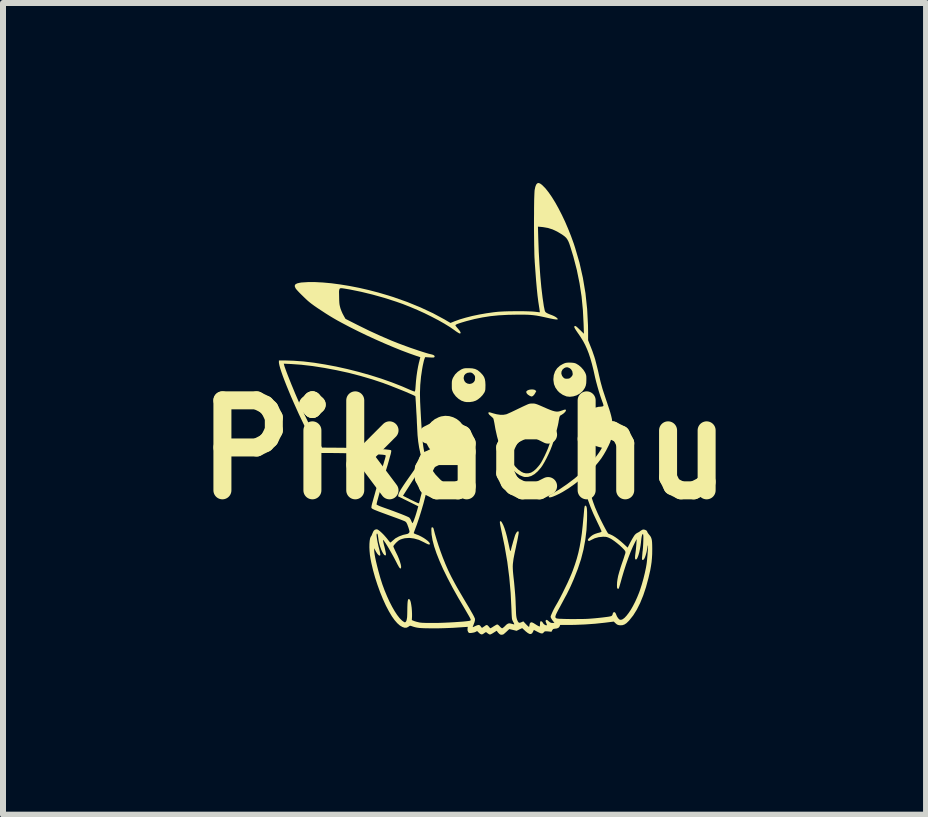
<source format=kicad_pcb>
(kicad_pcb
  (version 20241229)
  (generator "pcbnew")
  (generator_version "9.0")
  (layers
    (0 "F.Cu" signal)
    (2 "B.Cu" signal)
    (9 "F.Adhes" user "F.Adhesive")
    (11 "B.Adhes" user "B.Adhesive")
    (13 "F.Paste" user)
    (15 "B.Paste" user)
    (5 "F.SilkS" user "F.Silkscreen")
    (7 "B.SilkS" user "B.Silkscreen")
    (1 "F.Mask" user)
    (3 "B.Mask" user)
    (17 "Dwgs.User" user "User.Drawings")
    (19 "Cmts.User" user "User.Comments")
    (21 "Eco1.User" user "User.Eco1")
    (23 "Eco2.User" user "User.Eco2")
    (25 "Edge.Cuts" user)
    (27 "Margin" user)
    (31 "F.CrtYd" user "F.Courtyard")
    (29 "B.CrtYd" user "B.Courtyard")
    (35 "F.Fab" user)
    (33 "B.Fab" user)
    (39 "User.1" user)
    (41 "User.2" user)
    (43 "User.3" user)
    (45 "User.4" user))
  (footprint "Pikachu"
    (layer "F.Cu")
    (at 4.693 4.445)
    (property "Reference" "Pikachu" (at 0 0 0) (layer "F.SilkS") (effects (font (size 1.5 1.5) (thickness 0.3))))
    (attr board_only exclude_from_pos_files exclude_from_bom)
    (fp_poly (pts (xy 1.169 -0.997) (xy 1.178 -0.991) (xy 1.196 -0.977) (xy 1.179 -0.944) (xy 1.162 -0.917) (xy 1.142 -0.896) (xy 1.123 -0.886) (xy 1.118 -0.886) (xy 1.106 -0.889) (xy 1.087 -0.897) (xy 1.083 -0.9) (xy 1.056 -0.917) (xy 1.037 -0.938) (xy 1.029 -0.958) (xy 1.031 -0.972) (xy 1.049 -0.987) (xy 1.076 -0.998) (xy 1.109 -1.003) (xy 1.142 -1.003)) (stroke (width 0) (type solid)) (fill yes) (layer "F.SilkS"))
    (fp_poly (pts (xy -0.254 -0.559) (xy -0.189 -0.54) (xy -0.128 -0.509) (xy -0.074 -0.465) (xy -0.028 -0.409) (xy -0.004 -0.367) (xy 0.006 -0.346) (xy 0.013 -0.328) (xy 0.017 -0.308) (xy 0.019 -0.283) (xy 0.02 -0.247) (xy 0.02 -0.224) (xy 0.02 -0.182) (xy 0.018 -0.152) (xy 0.015 -0.129) (xy 0.01 -0.11) (xy 0.002 -0.09) (xy -0.001 -0.082) (xy -0.026 -0.041) (xy -0.059 0.001) (xy -0.096 0.038) (xy -0.13 0.065) (xy -0.184 0.092) (xy -0.246 0.109) (xy -0.311 0.116) (xy -0.374 0.112) (xy -0.421 0.101) (xy -0.464 0.084) (xy -0.496 0.067) (xy -0.525 0.045) (xy -0.552 0.02) (xy -0.594 -0.031) (xy -0.626 -0.091) (xy -0.647 -0.155) (xy -0.655 -0.219) (xy -0.652 -0.271) (xy -0.632 -0.343) (xy -0.598 -0.407) (xy -0.552 -0.463) (xy -0.495 -0.508) (xy -0.429 -0.541) (xy -0.39 -0.554) (xy -0.322 -0.564)) (stroke (width 0) (type solid)) (fill yes) (layer "F.SilkS"))
    (fp_poly (pts (xy 1.796 -1.449) (xy 1.827 -1.445) (xy 1.853 -1.437) (xy 1.862 -1.433) (xy 1.903 -1.408) (xy 1.944 -1.373) (xy 1.981 -1.331) (xy 2.008 -1.289) (xy 2.008 -1.289) (xy 2.019 -1.265) (xy 2.026 -1.245) (xy 2.03 -1.223) (xy 2.031 -1.193) (xy 2.031 -1.162) (xy 2.029 -1.109) (xy 2.021 -1.067) (xy 2.006 -1.03) (xy 1.982 -0.994) (xy 1.963 -0.97) (xy 1.921 -0.934) (xy 1.869 -0.905) (xy 1.813 -0.888) (xy 1.756 -0.881) (xy 1.702 -0.887) (xy 1.699 -0.888) (xy 1.638 -0.913) (xy 1.582 -0.952) (xy 1.552 -0.982) (xy 1.515 -1.034) (xy 1.491 -1.092) (xy 1.482 -1.156) (xy 1.481 -1.174) (xy 1.488 -1.243) (xy 1.496 -1.265) (xy 1.614 -1.265) (xy 1.626 -1.23) (xy 1.643 -1.207) (xy 1.659 -1.192) (xy 1.676 -1.184) (xy 1.7 -1.182) (xy 1.707 -1.182) (xy 1.734 -1.184) (xy 1.753 -1.19) (xy 1.77 -1.204) (xy 1.776 -1.209) (xy 1.795 -1.232) (xy 1.803 -1.253) (xy 1.803 -1.266) (xy 1.796 -1.307) (xy 1.775 -1.34) (xy 1.753 -1.358) (xy 1.721 -1.372) (xy 1.691 -1.372) (xy 1.661 -1.359) (xy 1.632 -1.333) (xy 1.616 -1.3) (xy 1.614 -1.265) (xy 1.496 -1.265) (xy 1.509 -1.304) (xy 1.543 -1.356) (xy 1.59 -1.399) (xy 1.633 -1.424) (xy 1.662 -1.438) (xy 1.686 -1.446) (xy 1.712 -1.45) (xy 1.745 -1.451) (xy 1.755 -1.451)) (stroke (width 0) (type solid)) (fill yes) (layer "F.SilkS"))
    (fp_poly (pts (xy 0.128 -1.355) (xy 0.175 -1.345) (xy 0.216 -1.326) (xy 0.255 -1.295) (xy 0.272 -1.279) (xy 0.304 -1.244) (xy 0.326 -1.21) (xy 0.339 -1.175) (xy 0.346 -1.133) (xy 0.349 -1.081) (xy 0.349 -1.074) (xy 0.348 -1.033) (xy 0.347 -1.004) (xy 0.343 -0.983) (xy 0.337 -0.965) (xy 0.33 -0.951) (xy 0.302 -0.91) (xy 0.265 -0.871) (xy 0.223 -0.837) (xy 0.189 -0.817) (xy 0.142 -0.801) (xy 0.088 -0.793) (xy 0.034 -0.793) (xy 0.001 -0.798) (xy -0.051 -0.816) (xy -0.101 -0.848) (xy -0.146 -0.889) (xy -0.183 -0.939) (xy -0.19 -0.952) (xy -0.2 -0.973) (xy -0.207 -0.993) (xy -0.211 -1.015) (xy -0.212 -1.045) (xy -0.212 -1.074) (xy -0.212 -1.113) (xy -0.21 -1.142) (xy -0.205 -1.165) (xy -0.197 -1.187) (xy -0.191 -1.199) (xy -0.014 -1.199) (xy -0.013 -1.179) (xy -0.001 -1.143) (xy 0.022 -1.116) (xy 0.053 -1.1) (xy 0.088 -1.095) (xy 0.124 -1.104) (xy 0.128 -1.106) (xy 0.156 -1.127) (xy 0.172 -1.155) (xy 0.176 -1.193) (xy 0.175 -1.219) (xy 0.167 -1.238) (xy 0.15 -1.258) (xy 0.149 -1.259) (xy 0.128 -1.277) (xy 0.108 -1.285) (xy 0.089 -1.286) (xy 0.047 -1.28) (xy 0.015 -1.262) (xy -0.006 -1.235) (xy -0.014 -1.199) (xy -0.191 -1.199) (xy -0.191 -1.2) (xy -0.158 -1.253) (xy -0.113 -1.298) (xy -0.059 -1.334) (xy -0.054 -1.337) (xy -0.031 -1.347) (xy -0.009 -1.354) (xy 0.015 -1.357) (xy 0.047 -1.358) (xy 0.07 -1.358)) (stroke (width 0) (type solid)) (fill yes) (layer "F.SilkS"))
    (fp_poly (pts (xy 1.15 -0.769) (xy 1.169 -0.767) (xy 1.189 -0.762) (xy 1.213 -0.754) (xy 1.245 -0.741) (xy 1.287 -0.723) (xy 1.314 -0.711) (xy 1.378 -0.683) (xy 1.429 -0.662) (xy 1.471 -0.647) (xy 1.506 -0.638) (xy 1.536 -0.634) (xy 1.563 -0.635) (xy 1.59 -0.641) (xy 1.62 -0.651) (xy 1.629 -0.654) (xy 1.66 -0.665) (xy 1.68 -0.668) (xy 1.689 -0.664) (xy 1.691 -0.655) (xy 1.685 -0.639) (xy 1.668 -0.619) (xy 1.646 -0.599) (xy 1.62 -0.582) (xy 1.614 -0.578) (xy 1.602 -0.572) (xy 1.593 -0.565) (xy 1.587 -0.554) (xy 1.581 -0.537) (xy 1.576 -0.511) (xy 1.569 -0.473) (xy 1.567 -0.458) (xy 1.557 -0.407) (xy 1.542 -0.346) (xy 1.525 -0.278) (xy 1.505 -0.208) (xy 1.484 -0.14) (xy 1.463 -0.077) (xy 1.455 -0.056) (xy 1.429 0.011) (xy 1.398 0.079) (xy 1.365 0.147) (xy 1.331 0.21) (xy 1.299 0.264) (xy 1.274 0.3) (xy 1.221 0.361) (xy 1.167 0.408) (xy 1.113 0.439) (xy 1.058 0.455) (xy 1.003 0.456) (xy 0.977 0.45) (xy 0.919 0.426) (xy 0.861 0.387) (xy 0.805 0.333) (xy 0.752 0.267) (xy 0.702 0.189) (xy 0.655 0.101) (xy 0.612 0.002) (xy 0.574 -0.106) (xy 0.565 -0.138) (xy 0.634 -0.138) (xy 0.663 -0.057) (xy 0.702 0.044) (xy 0.745 0.134) (xy 0.792 0.212) (xy 0.843 0.279) (xy 0.895 0.332) (xy 0.949 0.37) (xy 0.982 0.386) (xy 1.022 0.395) (xy 1.067 0.394) (xy 1.108 0.383) (xy 1.112 0.381) (xy 1.15 0.358) (xy 1.192 0.322) (xy 1.232 0.277) (xy 1.255 0.248) (xy 1.28 0.21) (xy 1.307 0.16) (xy 1.336 0.103) (xy 1.364 0.042) (xy 1.39 -0.018) (xy 1.406 -0.062) (xy 1.434 -0.14) (xy 1.374 -0.19) (xy 1.292 -0.253) (xy 1.211 -0.299) (xy 1.132 -0.33) (xy 1.055 -0.345) (xy 0.978 -0.344) (xy 0.903 -0.327) (xy 0.828 -0.294) (xy 0.753 -0.245) (xy 0.678 -0.181) (xy 0.676 -0.178) (xy 0.634 -0.138) (xy 0.565 -0.138) (xy 0.542 -0.221) (xy 0.515 -0.343) (xy 0.505 -0.401) (xy 0.498 -0.441) (xy 0.491 -0.476) (xy 0.485 -0.502) (xy 0.481 -0.517) (xy 0.481 -0.518) (xy 0.47 -0.531) (xy 0.452 -0.548) (xy 0.441 -0.557) (xy 0.413 -0.582) (xy 0.399 -0.602) (xy 0.399 -0.618) (xy 0.4 -0.62) (xy 0.407 -0.623) (xy 0.424 -0.621) (xy 0.452 -0.613) (xy 0.477 -0.605) (xy 0.535 -0.59) (xy 0.594 -0.581) (xy 0.649 -0.581) (xy 0.695 -0.589) (xy 0.698 -0.59) (xy 0.713 -0.596) (xy 0.74 -0.608) (xy 0.776 -0.624) (xy 0.82 -0.645) (xy 0.868 -0.668) (xy 0.901 -0.684) (xy 0.957 -0.711) (xy 1 -0.731) (xy 1.033 -0.746) (xy 1.058 -0.757) (xy 1.078 -0.764) (xy 1.095 -0.767) (xy 1.11 -0.769) (xy 1.127 -0.769) (xy 1.13 -0.769)) (stroke (width 0) (type solid)) (fill yes) (layer "F.SilkS"))
    (fp_poly (pts (xy 1.258 -4.437) (xy 1.289 -4.415) (xy 1.301 -4.404) (xy 1.351 -4.353) (xy 1.403 -4.287) (xy 1.457 -4.209) (xy 1.512 -4.12) (xy 1.567 -4.021) (xy 1.622 -3.914) (xy 1.676 -3.8) (xy 1.727 -3.681) (xy 1.776 -3.558) (xy 1.821 -3.434) (xy 1.843 -3.366) (xy 1.916 -3.117) (xy 1.973 -2.864) (xy 2.016 -2.607) (xy 2.044 -2.344) (xy 2.058 -2.075) (xy 2.06 -1.949) (xy 2.06 -1.823) (xy 2.112 -1.693) (xy 2.131 -1.644) (xy 2.147 -1.597) (xy 2.163 -1.551) (xy 2.178 -1.502) (xy 2.192 -1.447) (xy 2.208 -1.385) (xy 2.226 -1.312) (xy 2.244 -1.231) (xy 2.256 -1.181) (xy 2.266 -1.137) (xy 2.277 -1.096) (xy 2.288 -1.056) (xy 2.3 -1.013) (xy 2.315 -0.966) (xy 2.333 -0.912) (xy 2.354 -0.848) (xy 2.38 -0.772) (xy 2.383 -0.761) (xy 2.409 -0.685) (xy 2.429 -0.621) (xy 2.444 -0.566) (xy 2.455 -0.518) (xy 2.462 -0.474) (xy 2.466 -0.431) (xy 2.467 -0.388) (xy 2.466 -0.34) (xy 2.466 -0.337) (xy 2.462 -0.272) (xy 2.455 -0.219) (xy 2.443 -0.171) (xy 2.427 -0.123) (xy 2.403 -0.07) (xy 2.4 -0.064) (xy 2.361 0.013) (xy 2.321 0.082) (xy 2.279 0.147) (xy 2.23 0.211) (xy 2.173 0.279) (xy 2.143 0.312) (xy 2.116 0.343) (xy 2.091 0.372) (xy 2.073 0.394) (xy 2.063 0.408) (xy 2.062 0.409) (xy 2.058 0.422) (xy 2.058 0.445) (xy 2.06 0.478) (xy 2.064 0.523) (xy 2.077 0.613) (xy 2.094 0.7) (xy 2.115 0.785) (xy 2.143 0.872) (xy 2.176 0.962) (xy 2.218 1.059) (xy 2.267 1.163) (xy 2.311 1.25) (xy 2.334 1.294) (xy 2.355 1.333) (xy 2.373 1.365) (xy 2.387 1.388) (xy 2.396 1.399) (xy 2.397 1.4) (xy 2.412 1.406) (xy 2.434 1.415) (xy 2.436 1.416) (xy 2.47 1.432) (xy 2.512 1.458) (xy 2.558 1.491) (xy 2.606 1.53) (xy 2.648 1.567) (xy 2.719 1.633) (xy 2.764 1.545) (xy 2.793 1.492) (xy 2.817 1.452) (xy 2.837 1.422) (xy 2.857 1.402) (xy 2.877 1.389) (xy 2.885 1.385) (xy 2.911 1.371) (xy 2.935 1.353) (xy 2.936 1.352) (xy 2.964 1.335) (xy 2.985 1.331) (xy 3.009 1.336) (xy 3.031 1.347) (xy 3.044 1.362) (xy 3.046 1.37) (xy 3.051 1.381) (xy 3.063 1.399) (xy 3.074 1.413) (xy 3.092 1.435) (xy 3.106 1.456) (xy 3.115 1.479) (xy 3.122 1.506) (xy 3.126 1.541) (xy 3.128 1.584) (xy 3.129 1.64) (xy 3.129 1.667) (xy 3.128 1.741) (xy 3.124 1.809) (xy 3.118 1.875) (xy 3.108 1.942) (xy 3.095 2.015) (xy 3.076 2.097) (xy 3.066 2.14) (xy 3.025 2.292) (xy 2.979 2.43) (xy 2.928 2.555) (xy 2.872 2.667) (xy 2.812 2.763) (xy 2.747 2.845) (xy 2.737 2.856) (xy 2.7 2.892) (xy 2.665 2.915) (xy 2.631 2.926) (xy 2.593 2.928) (xy 2.591 2.928) (xy 2.562 2.923) (xy 2.541 2.914) (xy 2.519 2.896) (xy 2.518 2.895) (xy 2.488 2.866) (xy 2.336 2.885) (xy 2.176 2.902) (xy 2.007 2.914) (xy 1.834 2.921) (xy 1.741 2.922) (xy 1.594 2.922) (xy 1.586 2.945) (xy 1.571 2.966) (xy 1.542 2.98) (xy 1.504 2.985) (xy 1.497 2.986) (xy 1.478 2.99) (xy 1.464 3.007) (xy 1.462 3.011) (xy 1.449 3.036) (xy 1.393 3.03) (xy 1.364 3.028) (xy 1.346 3.028) (xy 1.334 3.032) (xy 1.325 3.041) (xy 1.321 3.045) (xy 1.308 3.059) (xy 1.292 3.064) (xy 1.27 3.061) (xy 1.241 3.049) (xy 1.213 3.035) (xy 1.156 3.005) (xy 1.141 3.037) (xy 1.126 3.062) (xy 1.106 3.073) (xy 1.083 3.072) (xy 1.054 3.056) (xy 1.018 3.028) (xy 1.01 3.02) (xy 0.961 2.975) (xy 0.914 2.997) (xy 0.868 3.02) (xy 0.807 3.005) (xy 0.746 2.991) (xy 0.698 3.036) (xy 0.675 3.057) (xy 0.656 3.073) (xy 0.644 3.081) (xy 0.642 3.082) (xy 0.628 3.084) (xy 0.624 3.085) (xy 0.608 3.085) (xy 0.596 3.082) (xy 0.58 3.071) (xy 0.562 3.053) (xy 0.557 3.047) (xy 0.536 3.019) (xy 0.487 3.05) (xy 0.461 3.066) (xy 0.439 3.077) (xy 0.425 3.082) (xy 0.424 3.082) (xy 0.409 3.077) (xy 0.39 3.065) (xy 0.386 3.062) (xy 0.37 3.049) (xy 0.358 3.042) (xy 0.357 3.042) (xy 0.348 3.046) (xy 0.331 3.057) (xy 0.325 3.062) (xy 0.301 3.077) (xy 0.28 3.08) (xy 0.259 3.07) (xy 0.24 3.053) (xy 0.21 3.024) (xy 0.184 3.038) (xy 0.161 3.047) (xy 0.13 3.053) (xy 0.116 3.055) (xy 0.091 3.057) (xy 0.076 3.055) (xy 0.066 3.047) (xy 0.06 3.039) (xy 0.05 3.013) (xy 0.05 2.985) (xy 0.053 2.966) (xy 0.053 2.954) (xy 0.053 2.954) (xy 0.045 2.954) (xy 0.023 2.956) (xy -0.011 2.958) (xy -0.053 2.961) (xy -0.102 2.964) (xy -0.129 2.966) (xy -0.191 2.97) (xy -0.264 2.973) (xy -0.342 2.976) (xy -0.421 2.978) (xy -0.495 2.979) (xy -0.521 2.979) (xy -0.597 2.978) (xy -0.66 2.977) (xy -0.711 2.975) (xy -0.754 2.972) (xy -0.791 2.967) (xy -0.823 2.96) (xy -0.855 2.951) (xy -0.878 2.943) (xy -0.899 2.936) (xy -0.913 2.937) (xy -0.926 2.945) (xy -0.933 2.951) (xy -0.963 2.967) (xy -0.998 2.969) (xy -1.036 2.956) (xy -1.078 2.931) (xy -1.122 2.892) (xy -1.167 2.84) (xy -1.211 2.778) (xy -1.261 2.694) (xy -1.312 2.597) (xy -1.361 2.489) (xy -1.408 2.374) (xy -1.451 2.254) (xy -1.491 2.131) (xy -1.525 2.009) (xy -1.553 1.89) (xy -1.567 1.819) (xy -1.577 1.754) (xy -1.583 1.689) (xy -1.586 1.627) (xy -1.585 1.569) (xy -1.581 1.52) (xy -1.574 1.48) (xy -1.564 1.453) (xy -1.559 1.447) (xy -1.55 1.433) (xy -1.54 1.409) (xy -1.533 1.391) (xy -1.516 1.355) (xy -1.494 1.334) (xy -1.466 1.328) (xy -1.453 1.33) (xy -1.435 1.34) (xy -1.409 1.36) (xy -1.378 1.388) (xy -1.344 1.422) (xy -1.31 1.461) (xy -1.292 1.482) (xy -1.272 1.508) (xy -1.254 1.53) (xy -1.243 1.544) (xy -1.241 1.547) (xy -1.232 1.546) (xy -1.216 1.534) (xy -1.202 1.521) (xy -1.153 1.479) (xy -1.092 1.446) (xy -1.024 1.421) (xy -0.974 1.41) (xy -0.944 1.402) (xy -0.926 1.388) (xy -0.925 1.386) (xy -0.919 1.376) (xy -0.917 1.365) (xy -0.92 1.35) (xy -0.926 1.327) (xy -0.937 1.292) (xy -0.938 1.29) (xy -0.954 1.246) (xy -0.969 1.216) (xy -0.981 1.203) (xy -0.987 1.199) (xy -0.995 1.194) (xy -1.007 1.189) (xy -1.024 1.182) (xy -1.047 1.173) (xy -1.078 1.161) (xy -1.118 1.146) (xy -1.17 1.127) (xy -1.233 1.104) (xy -1.304 1.078) (xy -1.372 1.053) (xy -1.426 1.033) (xy -1.468 1.016) (xy -1.499 1.004) (xy -1.522 0.993) (xy -1.537 0.985) (xy -1.546 0.978) (xy -1.551 0.972) (xy -1.552 0.97) (xy -1.552 0.958) (xy -1.549 0.935) (xy -1.543 0.909) (xy -1.537 0.886) (xy -1.527 0.851) (xy -1.514 0.804) (xy -1.498 0.748) (xy -1.481 0.686) (xy -1.461 0.619) (xy -1.442 0.55) (xy -1.422 0.48) (xy -1.402 0.412) (xy -1.384 0.349) (xy -1.367 0.291) (xy -1.352 0.242) (xy -1.341 0.204) (xy -1.34 0.2) (xy -1.327 0.158) (xy -1.319 0.129) (xy -1.315 0.11) (xy -1.315 0.099) (xy -1.318 0.093) (xy -1.322 0.091) (xy -1.338 0.088) (xy -1.369 0.084) (xy -1.413 0.081) (xy -1.469 0.077) (xy -1.534 0.074) (xy -1.608 0.07) (xy -1.689 0.067) (xy -1.775 0.065) (xy -1.864 0.062) (xy -1.956 0.06) (xy -2.049 0.058) (xy -2.141 0.057) (xy -2.231 0.056) (xy -2.317 0.056) (xy -2.339 0.056) (xy -2.367 0.056) (xy -2.388 0.055) (xy -2.405 0.052) (xy -2.419 0.044) (xy -2.433 0.03) (xy -2.449 0.008) (xy -2.468 -0.024) (xy -2.494 -0.067) (xy -2.501 -0.08) (xy -2.541 -0.15) (xy -2.582 -0.228) (xy -2.626 -0.313) (xy -2.671 -0.403) (xy -2.716 -0.497) (xy -2.762 -0.593) (xy -2.806 -0.691) (xy -2.85 -0.789) (xy -2.892 -0.885) (xy -2.931 -0.979) (xy -2.968 -1.069) (xy -3.001 -1.153) (xy -3.03 -1.23) (xy -3.054 -1.299) (xy -3.073 -1.358) (xy -3.086 -1.407) (xy -3.091 -1.433) (xy -3.013 -1.433) (xy -3.008 -1.414) (xy -3 -1.386) (xy -2.986 -1.346) (xy -2.967 -1.294) (xy -2.944 -1.234) (xy -2.917 -1.166) (xy -2.888 -1.093) (xy -2.856 -1.016) (xy -2.824 -0.938) (xy -2.79 -0.859) (xy -2.757 -0.783) (xy -2.725 -0.711) (xy -2.695 -0.644) (xy -2.686 -0.623) (xy -2.646 -0.54) (xy -2.606 -0.457) (xy -2.566 -0.375) (xy -2.526 -0.298) (xy -2.489 -0.228) (xy -2.454 -0.165) (xy -2.424 -0.112) (xy -2.399 -0.071) (xy -2.394 -0.064) (xy -2.374 -0.034) (xy -2.079 -0.032) (xy -1.976 -0.031) (xy -1.875 -0.029) (xy -1.777 -0.027) (xy -1.682 -0.024) (xy -1.593 -0.02) (xy -1.51 -0.017) (xy -1.435 -0.013) (xy -1.37 -0.008) (xy -1.315 -0.004) (xy -1.271 0.001) (xy -1.241 0.005) (xy -1.225 0.01) (xy -1.224 0.011) (xy -1.222 0.015) (xy -1.221 0.022) (xy -1.222 0.032) (xy -1.225 0.049) (xy -1.23 0.072) (xy -1.239 0.103) (xy -1.25 0.143) (xy -1.264 0.194) (xy -1.282 0.257) (xy -1.305 0.332) (xy -1.325 0.401) (xy -1.351 0.488) (xy -1.375 0.57) (xy -1.397 0.647) (xy -1.416 0.717) (xy -1.433 0.778) (xy -1.447 0.83) (xy -1.458 0.87) (xy -1.464 0.898) (xy -1.467 0.911) (xy -1.467 0.912) (xy -1.461 0.918) (xy -1.443 0.928) (xy -1.412 0.942) (xy -1.367 0.959) (xy -1.325 0.974) (xy -1.249 1.001) (xy -1.178 1.027) (xy -1.112 1.052) (xy -1.052 1.075) (xy -1.002 1.095) (xy -0.962 1.112) (xy -0.934 1.125) (xy -0.92 1.133) (xy -0.907 1.15) (xy -0.893 1.174) (xy -0.887 1.19) (xy -0.877 1.211) (xy -0.869 1.224) (xy -0.865 1.225) (xy -0.86 1.215) (xy -0.85 1.193) (xy -0.839 1.165) (xy -0.835 1.153) (xy -0.821 1.113) (xy -0.806 1.066) (xy -0.793 1.022) (xy -0.791 1.016) (xy -0.771 0.944) (xy -0.939 0.861) (xy -1.108 0.778) (xy -1.106 0.769) (xy -1.026 0.769) (xy -0.896 0.835) (xy -0.854 0.855) (xy -0.817 0.873) (xy -0.788 0.886) (xy -0.768 0.893) (xy -0.76 0.895) (xy -0.757 0.886) (xy -0.751 0.864) (xy -0.742 0.829) (xy -0.731 0.785) (xy -0.717 0.733) (xy -0.703 0.674) (xy -0.694 0.636) (xy -0.632 0.383) (xy -0.663 0.322) (xy -0.677 0.294) (xy -0.688 0.273) (xy -0.696 0.262) (xy -0.697 0.261) (xy -0.702 0.267) (xy -0.715 0.286) (xy -0.734 0.315) (xy -0.759 0.353) (xy -0.789 0.399) (xy -0.823 0.451) (xy -0.859 0.508) (xy -0.864 0.515) (xy -1.026 0.769) (xy -1.106 0.769) (xy -1.103 0.752) (xy -1.098 0.734) (xy -1.087 0.71) (xy -1.07 0.678) (xy -1.045 0.638) (xy -1.013 0.589) (xy -0.973 0.53) (xy -0.924 0.46) (xy -0.866 0.378) (xy -0.864 0.374) (xy -0.712 0.161) (xy -0.736 0.061) (xy -0.757 -0.036) (xy -0.772 -0.134) (xy -0.783 -0.241) (xy -0.789 -0.353) (xy -0.791 -0.397) (xy -0.794 -0.449) (xy -0.796 -0.506) (xy -0.799 -0.565) (xy -0.803 -0.626) (xy -0.806 -0.685) (xy -0.809 -0.74) (xy -0.812 -0.79) (xy -0.815 -0.832) (xy -0.817 -0.865) (xy -0.819 -0.885) (xy -0.82 -0.89) (xy -0.831 -0.897) (xy -0.855 -0.909) (xy -0.891 -0.925) (xy -0.935 -0.944) (xy -0.986 -0.966) (xy -1.043 -0.989) (xy -1.103 -1.013) (xy -1.164 -1.037) (xy -1.224 -1.061) (xy -1.281 -1.083) (xy -1.334 -1.102) (xy -1.351 -1.109) (xy -1.537 -1.171) (xy -1.731 -1.228) (xy -1.93 -1.28) (xy -2.132 -1.324) (xy -2.333 -1.362) (xy -2.53 -1.393) (xy -2.72 -1.415) (xy -2.901 -1.428) (xy -2.907 -1.428) (xy -3.013 -1.433) (xy -3.091 -1.433) (xy -3.093 -1.443) (xy -3.094 -1.455) (xy -3.094 -1.487) (xy -3.004 -1.487) (xy -2.849 -1.482) (xy -2.683 -1.47) (xy -2.508 -1.449) (xy -2.327 -1.42) (xy -2.14 -1.385) (xy -1.951 -1.343) (xy -1.761 -1.295) (xy -1.573 -1.242) (xy -1.389 -1.184) (xy -1.211 -1.121) (xy -1.04 -1.054) (xy -0.902 -0.994) (xy -0.872 -0.982) (xy -0.848 -0.973) (xy -0.832 -0.969) (xy -0.829 -0.969) (xy -0.825 -0.978) (xy -0.82 -1.003) (xy -0.817 -1.04) (xy -0.815 -1.067) (xy -0.809 -1.143) (xy -0.8 -1.225) (xy -0.788 -1.308) (xy -0.774 -1.386) (xy -0.759 -1.455) (xy -0.757 -1.46) (xy -0.749 -1.493) (xy -0.742 -1.519) (xy -0.738 -1.536) (xy -0.737 -1.54) (xy -0.744 -1.543) (xy -0.763 -1.55) (xy -0.79 -1.559) (xy -0.804 -1.563) (xy -0.923 -1.605) (xy -1.053 -1.654) (xy -1.191 -1.71) (xy -1.335 -1.771) (xy -1.482 -1.836) (xy -1.63 -1.904) (xy -1.775 -1.974) (xy -1.916 -2.045) (xy -2.049 -2.115) (xy -2.124 -2.156) (xy -2.183 -2.19) (xy -2.248 -2.229) (xy -2.315 -2.271) (xy -2.382 -2.315) (xy -2.446 -2.357) (xy -2.504 -2.397) (xy -2.553 -2.433) (xy -2.581 -2.455) (xy -2.611 -2.48) (xy -2.645 -2.511) (xy -2.682 -2.547) (xy -2.719 -2.583) (xy -2.754 -2.618) (xy -2.769 -2.634) (xy -2.092 -2.634) (xy -2.091 -2.593) (xy -2.09 -2.544) (xy -2.089 -2.493) (xy -2.087 -2.453) (xy -2.084 -2.423) (xy -2.079 -2.397) (xy -2.073 -2.373) (xy -2.066 -2.348) (xy -2.051 -2.309) (xy -2.033 -2.268) (xy -2.014 -2.233) (xy -2.014 -2.232) (xy -1.984 -2.18) (xy -1.783 -2.078) (xy -1.588 -1.982) (xy -1.4 -1.896) (xy -1.214 -1.816) (xy -1.106 -1.773) (xy -1.039 -1.748) (xy -0.969 -1.722) (xy -0.897 -1.696) (xy -0.826 -1.672) (xy -0.759 -1.649) (xy -0.697 -1.629) (xy -0.642 -1.612) (xy -0.598 -1.599) (xy -0.566 -1.591) (xy -0.563 -1.591) (xy -0.527 -1.581) (xy -0.506 -1.57) (xy -0.498 -1.556) (xy -0.5 -1.546) (xy -0.505 -1.54) (xy -0.514 -1.536) (xy -0.531 -1.535) (xy -0.559 -1.536) (xy -0.581 -1.537) (xy -0.656 -1.542) (xy -0.668 -1.512) (xy -0.677 -1.484) (xy -0.686 -1.444) (xy -0.697 -1.394) (xy -0.707 -1.338) (xy -0.716 -1.277) (xy -0.725 -1.217) (xy -0.725 -1.217) (xy -0.738 -1.078) (xy -0.743 -0.94) (xy -0.74 -0.797) (xy -0.738 -0.759) (xy -0.735 -0.696) (xy -0.731 -0.624) (xy -0.727 -0.55) (xy -0.723 -0.481) (xy -0.721 -0.451) (xy -0.715 -0.346) (xy -0.709 -0.255) (xy -0.702 -0.177) (xy -0.695 -0.109) (xy -0.687 -0.05) (xy -0.678 0.002) (xy -0.667 0.049) (xy -0.655 0.092) (xy -0.652 0.101) (xy -0.608 0.216) (xy -0.552 0.321) (xy -0.484 0.415) (xy -0.404 0.499) (xy -0.339 0.553) (xy -0.285 0.589) (xy -0.224 0.627) (xy -0.16 0.661) (xy -0.099 0.689) (xy -0.068 0.702) (xy -0.034 0.715) (xy -0.014 0.726) (xy -0.003 0.736) (xy 0 0.746) (xy -0.007 0.758) (xy -0.028 0.761) (xy -0.063 0.758) (xy -0.1 0.75) (xy -0.189 0.72) (xy -0.276 0.677) (xy -0.361 0.621) (xy -0.447 0.55) (xy -0.495 0.504) (xy -0.526 0.473) (xy -0.552 0.447) (xy -0.573 0.427) (xy -0.585 0.415) (xy -0.588 0.413) (xy -0.59 0.42) (xy -0.593 0.44) (xy -0.597 0.47) (xy -0.601 0.499) (xy -0.613 0.584) (xy -0.632 0.681) (xy -0.656 0.788) (xy -0.685 0.9) (xy -0.719 1.016) (xy -0.755 1.132) (xy -0.794 1.247) (xy -0.835 1.357) (xy -0.845 1.384) (xy -0.845 1.393) (xy -0.835 1.4) (xy -0.813 1.409) (xy -0.808 1.411) (xy -0.765 1.427) (xy -0.721 1.449) (xy -0.679 1.473) (xy -0.641 1.499) (xy -0.609 1.524) (xy -0.588 1.547) (xy -0.577 1.566) (xy -0.577 1.569) (xy -0.581 1.58) (xy -0.592 1.582) (xy -0.613 1.576) (xy -0.644 1.561) (xy -0.678 1.543) (xy -0.76 1.504) (xy -0.842 1.481) (xy -0.921 1.471) (xy -0.997 1.477) (xy -1.039 1.488) (xy -1.07 1.499) (xy -1.096 1.513) (xy -1.12 1.533) (xy -1.14 1.551) (xy -1.161 1.574) (xy -1.178 1.595) (xy -1.186 1.609) (xy -1.186 1.612) (xy -1.183 1.624) (xy -1.173 1.647) (xy -1.159 1.678) (xy -1.143 1.711) (xy -1.115 1.768) (xy -1.092 1.823) (xy -1.075 1.872) (xy -1.063 1.914) (xy -1.057 1.947) (xy -1.058 1.971) (xy -1.066 1.982) (xy -1.067 1.982) (xy -1.075 1.979) (xy -1.085 1.968) (xy -1.099 1.946) (xy -1.118 1.912) (xy -1.133 1.882) (xy -1.164 1.822) (xy -1.196 1.763) (xy -1.228 1.706) (xy -1.258 1.653) (xy -1.286 1.606) (xy -1.311 1.566) (xy -1.332 1.535) (xy -1.348 1.514) (xy -1.358 1.505) (xy -1.36 1.506) (xy -1.359 1.514) (xy -1.355 1.535) (xy -1.348 1.567) (xy -1.339 1.605) (xy -1.334 1.622) (xy -1.322 1.673) (xy -1.314 1.711) (xy -1.31 1.736) (xy -1.31 1.753) (xy -1.314 1.761) (xy -1.322 1.763) (xy -1.323 1.763) (xy -1.337 1.756) (xy -1.354 1.735) (xy -1.372 1.704) (xy -1.39 1.664) (xy -1.406 1.619) (xy -1.42 1.571) (xy -1.431 1.523) (xy -1.435 1.492) (xy -1.441 1.451) (xy -1.445 1.424) (xy -1.45 1.408) (xy -1.455 1.4) (xy -1.46 1.399) (xy -1.465 1.406) (xy -1.466 1.426) (xy -1.463 1.457) (xy -1.458 1.495) (xy -1.45 1.538) (xy -1.44 1.584) (xy -1.433 1.615) (xy -1.419 1.669) (xy -1.41 1.71) (xy -1.405 1.738) (xy -1.404 1.756) (xy -1.408 1.765) (xy -1.414 1.767) (xy -1.431 1.76) (xy -1.452 1.738) (xy -1.475 1.702) (xy -1.483 1.687) (xy -1.506 1.643) (xy -1.506 1.671) (xy -1.504 1.704) (xy -1.498 1.749) (xy -1.488 1.805) (xy -1.474 1.869) (xy -1.457 1.94) (xy -1.438 2.014) (xy -1.417 2.09) (xy -1.402 2.144) (xy -1.369 2.247) (xy -1.332 2.347) (xy -1.292 2.443) (xy -1.251 2.533) (xy -1.208 2.617) (xy -1.165 2.692) (xy -1.123 2.756) (xy -1.082 2.809) (xy -1.043 2.848) (xy -1.026 2.861) (xy -1.006 2.874) (xy -0.994 2.879) (xy -0.985 2.875) (xy -0.981 2.872) (xy -0.97 2.856) (xy -0.963 2.83) (xy -0.957 2.794) (xy -0.955 2.745) (xy -0.954 2.697) (xy -0.953 2.628) (xy -0.951 2.574) (xy -0.948 2.534) (xy -0.943 2.507) (xy -0.936 2.493) (xy -0.929 2.489) (xy -0.916 2.496) (xy -0.904 2.517) (xy -0.903 2.519) (xy -0.895 2.548) (xy -0.888 2.587) (xy -0.881 2.635) (xy -0.877 2.685) (xy -0.875 2.734) (xy -0.875 2.777) (xy -0.875 2.777) (xy -0.878 2.841) (xy -0.837 2.858) (xy -0.805 2.868) (xy -0.768 2.877) (xy -0.745 2.882) (xy -0.705 2.886) (xy -0.651 2.888) (xy -0.586 2.889) (xy -0.511 2.889) (xy -0.43 2.888) (xy -0.344 2.885) (xy -0.255 2.881) (xy -0.166 2.876) (xy -0.079 2.87) (xy -0.024 2.866) (xy 0.024 2.861) (xy 0.058 2.857) (xy 0.081 2.854) (xy 0.095 2.849) (xy 0.102 2.844) (xy 0.104 2.837) (xy 0.104 2.834) (xy 0.1 2.824) (xy 0.089 2.801) (xy 0.072 2.77) (xy 0.049 2.731) (xy 0.023 2.686) (xy 0.004 2.653) (xy -0.103 2.472) (xy -0.199 2.301) (xy -0.283 2.141) (xy -0.356 1.993) (xy -0.417 1.855) (xy -0.467 1.729) (xy -0.506 1.613) (xy -0.533 1.509) (xy -0.549 1.415) (xy -0.553 1.341) (xy -0.552 1.315) (xy -0.55 1.301) (xy -0.544 1.295) (xy -0.537 1.294) (xy -0.523 1.301) (xy -0.516 1.316) (xy -0.494 1.402) (xy -0.466 1.497) (xy -0.434 1.597) (xy -0.399 1.699) (xy -0.363 1.796) (xy -0.327 1.885) (xy -0.323 1.896) (xy -0.298 1.954) (xy -0.273 2.01) (xy -0.248 2.063) (xy -0.221 2.117) (xy -0.192 2.172) (xy -0.16 2.232) (xy -0.124 2.297) (xy -0.082 2.369) (xy -0.034 2.451) (xy 0.021 2.544) (xy 0.041 2.577) (xy 0.078 2.639) (xy 0.109 2.694) (xy 0.136 2.741) (xy 0.156 2.778) (xy 0.168 2.805) (xy 0.174 2.819) (xy 0.174 2.844) (xy 0.167 2.875) (xy 0.157 2.901) (xy 0.147 2.928) (xy 0.139 2.948) (xy 0.136 2.958) (xy 0.136 2.958) (xy 0.143 2.957) (xy 0.159 2.95) (xy 0.176 2.942) (xy 0.211 2.927) (xy 0.237 2.922) (xy 0.256 2.929) (xy 0.27 2.946) (xy 0.281 2.962) (xy 0.29 2.969) (xy 0.291 2.97) (xy 0.301 2.965) (xy 0.318 2.953) (xy 0.329 2.946) (xy 0.354 2.928) (xy 0.372 2.923) (xy 0.388 2.931) (xy 0.405 2.95) (xy 0.419 2.967) (xy 0.43 2.977) (xy 0.432 2.978) (xy 0.44 2.973) (xy 0.459 2.963) (xy 0.483 2.947) (xy 0.485 2.946) (xy 0.511 2.93) (xy 0.532 2.918) (xy 0.546 2.914) (xy 0.546 2.914) (xy 0.559 2.919) (xy 0.576 2.934) (xy 0.587 2.946) (xy 0.605 2.964) (xy 0.62 2.975) (xy 0.626 2.978) (xy 0.638 2.972) (xy 0.656 2.958) (xy 0.67 2.945) (xy 0.698 2.917) (xy 0.722 2.901) (xy 0.743 2.895) (xy 0.768 2.898) (xy 0.783 2.902) (xy 0.806 2.908) (xy 0.824 2.913) (xy 0.828 2.913) (xy 0.828 2.907) (xy 0.822 2.891) (xy 0.811 2.871) (xy 0.804 2.857) (xy 0.798 2.844) (xy 0.793 2.83) (xy 0.79 2.813) (xy 0.788 2.789) (xy 0.786 2.757) (xy 0.784 2.713) (xy 0.782 2.657) (xy 0.769 2.39) (xy 0.746 2.129) (xy 0.713 1.87) (xy 0.668 1.609) (xy 0.619 1.372) (xy 0.606 1.311) (xy 0.597 1.264) (xy 0.591 1.231) (xy 0.589 1.209) (xy 0.59 1.198) (xy 0.591 1.197) (xy 0.601 1.192) (xy 0.611 1.197) (xy 0.623 1.214) (xy 0.639 1.244) (xy 0.647 1.26) (xy 0.666 1.309) (xy 0.686 1.372) (xy 0.707 1.449) (xy 0.727 1.537) (xy 0.738 1.587) (xy 0.748 1.634) (xy 0.755 1.666) (xy 0.762 1.685) (xy 0.766 1.691) (xy 0.77 1.685) (xy 0.773 1.675) (xy 0.779 1.649) (xy 0.788 1.613) (xy 0.8 1.572) (xy 0.812 1.528) (xy 0.825 1.486) (xy 0.836 1.449) (xy 0.845 1.422) (xy 0.849 1.412) (xy 0.865 1.383) (xy 0.88 1.365) (xy 0.894 1.361) (xy 0.898 1.363) (xy 0.901 1.367) (xy 0.903 1.374) (xy 0.903 1.387) (xy 0.9 1.408) (xy 0.895 1.436) (xy 0.888 1.475) (xy 0.878 1.526) (xy 0.864 1.589) (xy 0.857 1.626) (xy 0.84 1.702) (xy 0.827 1.766) (xy 0.817 1.819) (xy 0.811 1.865) (xy 0.806 1.905) (xy 0.804 1.944) (xy 0.805 1.982) (xy 0.807 2.024) (xy 0.811 2.071) (xy 0.816 2.12) (xy 0.826 2.208) (xy 0.833 2.284) (xy 0.839 2.35) (xy 0.844 2.41) (xy 0.848 2.467) (xy 0.851 2.525) (xy 0.853 2.586) (xy 0.855 2.629) (xy 0.857 2.688) (xy 0.859 2.734) (xy 0.862 2.769) (xy 0.866 2.796) (xy 0.871 2.817) (xy 0.875 2.831) (xy 0.888 2.862) (xy 0.901 2.88) (xy 0.915 2.886) (xy 0.935 2.882) (xy 0.947 2.877) (xy 0.98 2.862) (xy 1.023 2.908) (xy 1.044 2.929) (xy 1.062 2.946) (xy 1.073 2.953) (xy 1.074 2.954) (xy 1.079 2.947) (xy 1.082 2.929) (xy 1.082 2.927) (xy 1.087 2.901) (xy 1.097 2.886) (xy 1.106 2.88) (xy 1.117 2.878) (xy 1.131 2.882) (xy 1.152 2.892) (xy 1.181 2.91) (xy 1.206 2.926) (xy 1.229 2.939) (xy 1.246 2.947) (xy 1.253 2.948) (xy 1.256 2.938) (xy 1.258 2.917) (xy 1.258 2.905) (xy 1.26 2.881) (xy 1.263 2.865) (xy 1.266 2.862) (xy 1.281 2.861) (xy 1.297 2.872) (xy 1.305 2.885) (xy 1.319 2.905) (xy 1.339 2.92) (xy 1.358 2.928) (xy 1.366 2.928) (xy 1.372 2.925) (xy 1.372 2.915) (xy 1.365 2.897) (xy 1.362 2.89) (xy 1.353 2.868) (xy 1.351 2.855) (xy 1.355 2.845) (xy 1.358 2.843) (xy 1.366 2.837) (xy 1.376 2.839) (xy 1.391 2.85) (xy 1.402 2.86) (xy 1.426 2.879) (xy 1.446 2.887) (xy 1.467 2.889) (xy 1.499 2.889) (xy 1.467 2.847) (xy 1.45 2.822) (xy 1.439 2.801) (xy 1.435 2.787) (xy 1.438 2.771) (xy 1.449 2.744) (xy 1.464 2.71) (xy 1.482 2.672) (xy 1.502 2.634) (xy 1.522 2.598) (xy 1.523 2.597) (xy 1.557 2.538) (xy 1.595 2.467) (xy 1.635 2.389) (xy 1.675 2.307) (xy 1.715 2.225) (xy 1.751 2.145) (xy 1.782 2.073) (xy 1.807 2.01) (xy 1.807 2.009) (xy 1.841 1.913) (xy 1.871 1.818) (xy 1.897 1.721) (xy 1.919 1.621) (xy 1.938 1.514) (xy 1.955 1.399) (xy 1.969 1.273) (xy 1.982 1.134) (xy 1.984 1.118) (xy 1.989 1.059) (xy 1.993 1.014) (xy 1.996 0.981) (xy 2 0.959) (xy 2.003 0.945) (xy 2.007 0.937) (xy 2.012 0.934) (xy 2.015 0.934) (xy 2.025 0.937) (xy 2.032 0.949) (xy 2.038 0.97) (xy 2.041 1.001) (xy 2.043 1.044) (xy 2.043 1.101) (xy 2.042 1.169) (xy 2.033 1.34) (xy 2.013 1.504) (xy 1.983 1.666) (xy 1.942 1.826) (xy 1.888 1.989) (xy 1.822 2.156) (xy 1.789 2.232) (xy 1.769 2.277) (xy 1.749 2.32) (xy 1.73 2.358) (xy 1.715 2.388) (xy 1.711 2.397) (xy 1.7 2.418) (xy 1.682 2.45) (xy 1.66 2.491) (xy 1.635 2.538) (xy 1.608 2.588) (xy 1.596 2.611) (xy 1.566 2.666) (xy 1.543 2.71) (xy 1.527 2.743) (xy 1.518 2.768) (xy 1.514 2.785) (xy 1.515 2.797) (xy 1.522 2.805) (xy 1.532 2.812) (xy 1.537 2.814) (xy 1.55 2.816) (xy 1.577 2.819) (xy 1.616 2.82) (xy 1.663 2.822) (xy 1.718 2.823) (xy 1.776 2.824) (xy 1.837 2.824) (xy 1.897 2.823) (xy 1.955 2.823) (xy 2.008 2.822) (xy 2.053 2.82) (xy 2.084 2.818) (xy 2.161 2.812) (xy 2.233 2.805) (xy 2.297 2.798) (xy 2.353 2.791) (xy 2.398 2.785) (xy 2.43 2.779) (xy 2.449 2.773) (xy 2.451 2.772) (xy 2.465 2.756) (xy 2.469 2.742) (xy 2.474 2.722) (xy 2.487 2.71) (xy 2.503 2.71) (xy 2.514 2.72) (xy 2.524 2.739) (xy 2.526 2.744) (xy 2.54 2.778) (xy 2.559 2.808) (xy 2.579 2.829) (xy 2.585 2.833) (xy 2.608 2.837) (xy 2.636 2.827) (xy 2.667 2.804) (xy 2.7 2.769) (xy 2.735 2.724) (xy 2.772 2.669) (xy 2.808 2.606) (xy 2.844 2.536) (xy 2.878 2.461) (xy 2.911 2.38) (xy 2.929 2.329) (xy 2.956 2.244) (xy 2.982 2.152) (xy 3.005 2.058) (xy 3.024 1.969) (xy 3.034 1.912) (xy 3.038 1.882) (xy 3.042 1.845) (xy 3.046 1.802) (xy 3.05 1.757) (xy 3.053 1.712) (xy 3.056 1.67) (xy 3.058 1.635) (xy 3.059 1.608) (xy 3.058 1.594) (xy 3.058 1.593) (xy 3.055 1.599) (xy 3.051 1.617) (xy 3.047 1.643) (xy 3.046 1.645) (xy 3.035 1.705) (xy 3.021 1.756) (xy 3.007 1.796) (xy 2.993 1.824) (xy 2.978 1.838) (xy 2.973 1.839) (xy 2.966 1.839) (xy 2.962 1.835) (xy 2.959 1.827) (xy 2.958 1.811) (xy 2.96 1.787) (xy 2.963 1.752) (xy 2.967 1.703) (xy 2.97 1.683) (xy 2.975 1.629) (xy 2.978 1.575) (xy 2.98 1.525) (xy 2.981 1.481) (xy 2.981 1.446) (xy 2.979 1.42) (xy 2.975 1.408) (xy 2.973 1.407) (xy 2.966 1.411) (xy 2.96 1.424) (xy 2.954 1.447) (xy 2.948 1.484) (xy 2.942 1.534) (xy 2.942 1.539) (xy 2.934 1.6) (xy 2.924 1.658) (xy 2.913 1.711) (xy 2.9 1.757) (xy 2.887 1.793) (xy 2.874 1.819) (xy 2.862 1.831) (xy 2.858 1.831) (xy 2.848 1.828) (xy 2.843 1.817) (xy 2.842 1.797) (xy 2.844 1.764) (xy 2.849 1.725) (xy 2.855 1.679) (xy 2.86 1.627) (xy 2.864 1.58) (xy 2.865 1.567) (xy 2.87 1.491) (xy 2.844 1.539) (xy 2.808 1.613) (xy 2.77 1.701) (xy 2.732 1.8) (xy 2.694 1.908) (xy 2.657 2.022) (xy 2.622 2.14) (xy 2.617 2.159) (xy 2.604 2.206) (xy 2.592 2.248) (xy 2.582 2.282) (xy 2.574 2.306) (xy 2.57 2.317) (xy 2.57 2.318) (xy 2.56 2.319) (xy 2.553 2.318) (xy 2.546 2.311) (xy 2.542 2.295) (xy 2.541 2.267) (xy 2.541 2.259) (xy 2.543 2.211) (xy 2.55 2.16) (xy 2.561 2.103) (xy 2.579 2.038) (xy 2.602 1.962) (xy 2.622 1.902) (xy 2.639 1.853) (xy 2.655 1.807) (xy 2.667 1.768) (xy 2.677 1.739) (xy 2.682 1.721) (xy 2.682 1.718) (xy 2.682 1.701) (xy 2.671 1.681) (xy 2.66 1.667) (xy 2.626 1.632) (xy 2.585 1.594) (xy 2.54 1.557) (xy 2.496 1.523) (xy 2.455 1.495) (xy 2.43 1.481) (xy 2.398 1.466) (xy 2.373 1.457) (xy 2.349 1.453) (xy 2.318 1.452) (xy 2.306 1.452) (xy 2.237 1.459) (xy 2.171 1.477) (xy 2.109 1.507) (xy 2.087 1.519) (xy 2.074 1.522) (xy 2.065 1.519) (xy 2.061 1.515) (xy 2.055 1.507) (xy 2.057 1.498) (xy 2.067 1.484) (xy 2.08 1.47) (xy 2.11 1.442) (xy 2.14 1.421) (xy 2.174 1.405) (xy 2.216 1.391) (xy 2.262 1.379) (xy 2.278 1.372) (xy 2.284 1.364) (xy 2.281 1.354) (xy 2.271 1.332) (xy 2.257 1.3) (xy 2.238 1.26) (xy 2.216 1.214) (xy 2.205 1.191) (xy 2.147 1.067) (xy 2.099 0.952) (xy 2.06 0.845) (xy 2.03 0.742) (xy 2.008 0.641) (xy 1.995 0.555) (xy 1.991 0.521) (xy 1.985 0.494) (xy 1.981 0.476) (xy 1.978 0.472) (xy 1.968 0.474) (xy 1.951 0.484) (xy 1.937 0.494) (xy 1.829 0.578) (xy 1.729 0.648) (xy 1.636 0.705) (xy 1.583 0.734) (xy 1.522 0.763) (xy 1.474 0.783) (xy 1.439 0.794) (xy 1.415 0.796) (xy 1.404 0.79) (xy 1.403 0.783) (xy 1.407 0.771) (xy 1.423 0.757) (xy 1.452 0.74) (xy 1.457 0.737) (xy 1.584 0.661) (xy 1.71 0.575) (xy 1.832 0.483) (xy 1.944 0.388) (xy 2.032 0.304) (xy 2.076 0.257) (xy 2.122 0.205) (xy 2.166 0.15) (xy 2.207 0.097) (xy 2.242 0.049) (xy 2.263 0.016) (xy 2.291 -0.032) (xy 2.242 -0.044) (xy 2.189 -0.06) (xy 2.147 -0.08) (xy 2.11 -0.107) (xy 2.087 -0.128) (xy 2.045 -0.181) (xy 2.014 -0.244) (xy 1.994 -0.314) (xy 1.988 -0.389) (xy 1.995 -0.465) (xy 2 -0.491) (xy 2.011 -0.531) (xy 2.023 -0.563) (xy 2.041 -0.591) (xy 2.068 -0.623) (xy 2.072 -0.627) (xy 2.12 -0.67) (xy 2.175 -0.699) (xy 2.234 -0.714) (xy 2.241 -0.714) (xy 2.278 -0.717) (xy 2.302 -0.721) (xy 2.314 -0.728) (xy 2.316 -0.74) (xy 2.31 -0.763) (xy 2.298 -0.797) (xy 2.295 -0.804) (xy 2.268 -0.881) (xy 2.241 -0.965) (xy 2.216 -1.051) (xy 2.194 -1.133) (xy 2.176 -1.205) (xy 2.176 -1.206) (xy 2.15 -1.324) (xy 2.124 -1.428) (xy 2.098 -1.52) (xy 2.071 -1.602) (xy 2.042 -1.676) (xy 2.011 -1.745) (xy 1.977 -1.809) (xy 1.938 -1.872) (xy 1.913 -1.91) (xy 1.881 -1.956) (xy 1.858 -1.99) (xy 1.842 -2.016) (xy 1.833 -2.033) (xy 1.829 -2.045) (xy 1.83 -2.053) (xy 1.833 -2.056) (xy 1.84 -2.061) (xy 1.851 -2.06) (xy 1.865 -2.051) (xy 1.885 -2.034) (xy 1.914 -2.006) (xy 1.93 -1.991) (xy 1.99 -1.932) (xy 1.985 -2.092) (xy 1.973 -2.326) (xy 1.951 -2.553) (xy 1.917 -2.774) (xy 1.872 -2.995) (xy 1.814 -3.218) (xy 1.766 -3.375) (xy 1.748 -3.43) (xy 1.731 -3.472) (xy 1.713 -3.505) (xy 1.693 -3.532) (xy 1.667 -3.556) (xy 1.633 -3.581) (xy 1.621 -3.589) (xy 1.542 -3.636) (xy 1.467 -3.671) (xy 1.391 -3.695) (xy 1.311 -3.709) (xy 1.285 -3.712) (xy 1.224 -3.717) (xy 1.229 -3.53) (xy 1.237 -3.304) (xy 1.249 -3.092) (xy 1.263 -2.894) (xy 1.28 -2.709) (xy 1.301 -2.534) (xy 1.316 -2.433) (xy 1.322 -2.391) (xy 1.33 -2.354) (xy 1.336 -2.324) (xy 1.342 -2.306) (xy 1.343 -2.304) (xy 1.351 -2.292) (xy 1.366 -2.281) (xy 1.388 -2.269) (xy 1.421 -2.255) (xy 1.461 -2.24) (xy 1.493 -2.226) (xy 1.521 -2.21) (xy 1.543 -2.193) (xy 1.554 -2.178) (xy 1.555 -2.174) (xy 1.547 -2.17) (xy 1.525 -2.17) (xy 1.488 -2.175) (xy 1.436 -2.185) (xy 1.391 -2.195) (xy 1.319 -2.211) (xy 1.257 -2.224) (xy 1.202 -2.234) (xy 1.149 -2.241) (xy 1.096 -2.246) (xy 1.039 -2.249) (xy 0.973 -2.25) (xy 0.896 -2.25) (xy 0.882 -2.25) (xy 0.721 -2.247) (xy 0.572 -2.239) (xy 0.432 -2.225) (xy 0.298 -2.204) (xy 0.166 -2.177) (xy 0.034 -2.143) (xy 0.006 -2.135) (xy -0.051 -2.118) (xy -0.094 -2.104) (xy -0.124 -2.093) (xy -0.143 -2.083) (xy -0.151 -2.076) (xy -0.152 -2.072) (xy -0.147 -2.063) (xy -0.134 -2.045) (xy -0.115 -2.023) (xy -0.108 -2.015) (xy -0.082 -1.983) (xy -0.067 -1.958) (xy -0.065 -1.942) (xy -0.076 -1.936) (xy -0.079 -1.936) (xy -0.091 -1.94) (xy -0.113 -1.953) (xy -0.141 -1.971) (xy -0.165 -1.989) (xy -0.243 -2.043) (xy -0.334 -2.099) (xy -0.436 -2.157) (xy -0.547 -2.215) (xy -0.664 -2.273) (xy -0.785 -2.328) (xy -0.908 -2.38) (xy -1.03 -2.428) (xy -1.138 -2.466) (xy -1.334 -2.529) (xy -1.53 -2.584) (xy -1.723 -2.631) (xy -1.909 -2.669) (xy -1.998 -2.684) (xy -2.031 -2.689) (xy -2.056 -2.691) (xy -2.073 -2.689) (xy -2.083 -2.68) (xy -2.089 -2.662) (xy -2.092 -2.634) (xy -2.769 -2.634) (xy -2.783 -2.649) (xy -2.805 -2.674) (xy -2.814 -2.686) (xy -2.828 -2.715) (xy -2.829 -2.739) (xy -2.816 -2.758) (xy -2.787 -2.772) (xy -2.744 -2.782) (xy -2.719 -2.786) (xy -2.61 -2.793) (xy -2.49 -2.793) (xy -2.358 -2.786) (xy -2.217 -2.773) (xy -2.069 -2.753) (xy -1.915 -2.728) (xy -1.757 -2.697) (xy -1.596 -2.66) (xy -1.435 -2.618) (xy -1.275 -2.571) (xy -1.186 -2.543) (xy -0.954 -2.461) (xy -0.734 -2.371) (xy -0.526 -2.274) (xy -0.331 -2.169) (xy -0.308 -2.155) (xy -0.234 -2.112) (xy -0.165 -2.14) (xy -0.079 -2.171) (xy 0.02 -2.2) (xy 0.129 -2.228) (xy 0.244 -2.252) (xy 0.364 -2.273) (xy 0.484 -2.29) (xy 0.557 -2.298) (xy 0.603 -2.301) (xy 0.66 -2.304) (xy 0.725 -2.306) (xy 0.794 -2.307) (xy 0.866 -2.308) (xy 0.938 -2.308) (xy 1.006 -2.307) (xy 1.068 -2.305) (xy 1.121 -2.303) (xy 1.163 -2.3) (xy 1.181 -2.298) (xy 1.213 -2.294) (xy 1.238 -2.291) (xy 1.253 -2.29) (xy 1.255 -2.29) (xy 1.255 -2.298) (xy 1.252 -2.319) (xy 1.248 -2.35) (xy 1.243 -2.381) (xy 1.23 -2.466) (xy 1.217 -2.567) (xy 1.205 -2.685) (xy 1.193 -2.818) (xy 1.182 -2.967) (xy 1.17 -3.132) (xy 1.169 -3.158) (xy 1.166 -3.205) (xy 1.164 -3.264) (xy 1.163 -3.332) (xy 1.161 -3.408) (xy 1.16 -3.49) (xy 1.159 -3.576) (xy 1.158 -3.665) (xy 1.158 -3.756) (xy 1.158 -3.845) (xy 1.159 -3.932) (xy 1.159 -4.015) (xy 1.16 -4.092) (xy 1.161 -4.162) (xy 1.163 -4.222) (xy 1.165 -4.272) (xy 1.167 -4.308) (xy 1.169 -4.329) (xy 1.18 -4.381) (xy 1.194 -4.417) (xy 1.211 -4.438) (xy 1.232 -4.445)) (stroke (width 0) (type solid)) (fill yes) (layer "F.SilkS")))
  (gr_rect
    (start -3 -3)
    (end 12.386 10.53)
    (stroke (width 0.1) (type default))
    (fill no)
    (layer "Edge.Cuts")))
</source>
